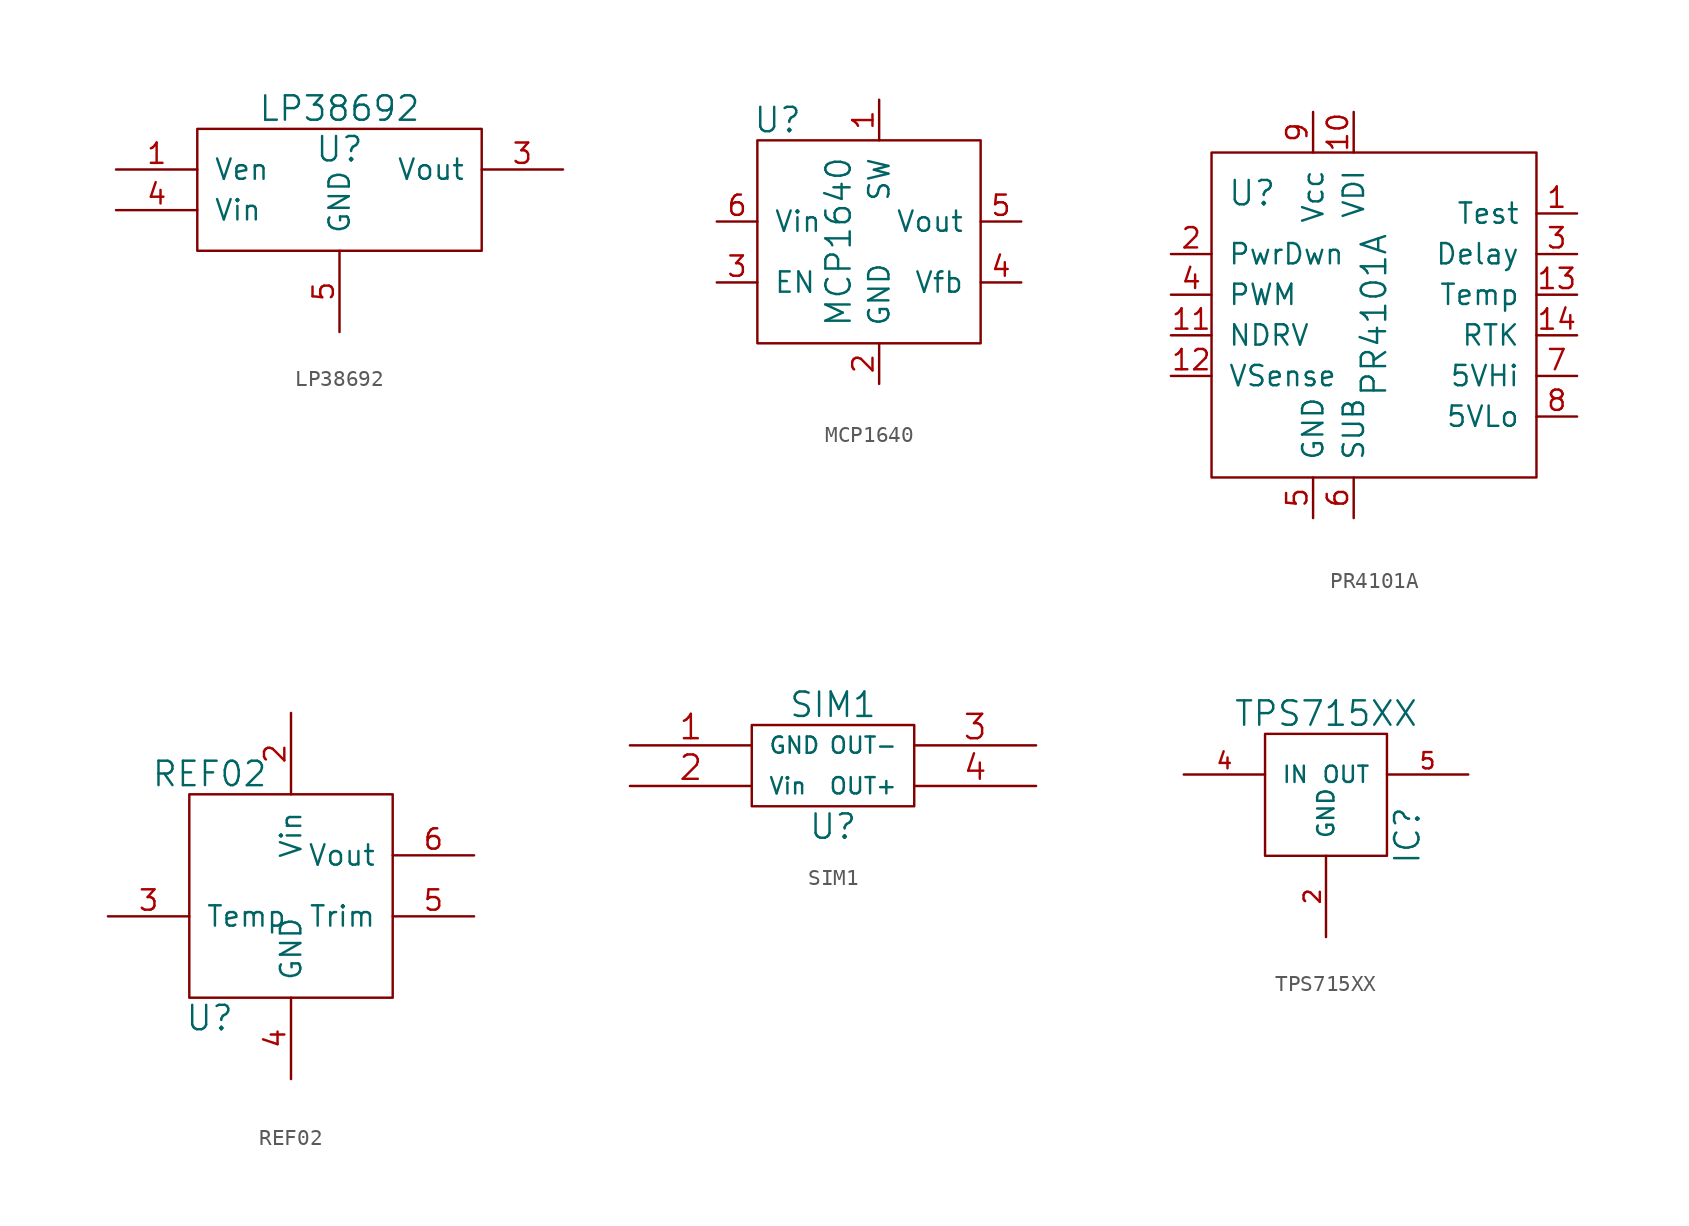
<source format=kicad_sym>
(kicad_symbol_lib
  (version 20220914)
  (generator kicad_symbol_editor)
  (symbol "LP38692"
    (pin_names
      (offset 1.016))
    (property "Reference" "U"
      (at 0 2.54 0)
      (effects (font (size 1.524 1.524))))
    (property "Value" "LP38692"
      (at 0 5.08 0)
      (effects (font (size 1.524 1.524))))
    (symbol "LP38692_0_1"
      (rectangle (start -8.89 3.81) (end 8.89 -3.81) (stroke (width 0) (type solid)) (fill (type none))))
    (symbol "LP38692_1_1"
      (pin input line (at -13.97 1.27 0) (length 5.08) (name "Ven" (effects (font (size 1.27 1.27)))) (number "1" (effects (font (size 1.27 1.27)))))
      (pin power_out line (at 13.97 1.27 180) (length 5.08) (name "Vout" (effects (font (size 1.27 1.27)))) (number "3" (effects (font (size 1.27 1.27)))))
      (pin power_in line (at -13.97 -1.27 0) (length 5.08) (name "Vin" (effects (font (size 1.27 1.27)))) (number "4" (effects (font (size 1.27 1.27)))))
      (pin power_out line (at 0 -8.89 90) (length 5.08) (name "GND" (effects (font (size 1.27 1.27)))) (number "5" (effects (font (size 1.27 1.27)))))))
  (symbol "MCP1640"
    (pin_names
      (offset 1.016))
    (property "Reference" "U"
      (at -5.08 8.89 0)
      (effects (font (size 1.524 1.524))))
    (property "Value" "MCP1640"
      (at -1.27 1.27 90)
      (effects (font (size 1.524 1.524))))
    (symbol "MCP1640_0_1"
      (rectangle (start -6.35 7.62) (end 7.62 -5.08) (stroke (width 0) (type solid)) (fill (type none))))
    (symbol "MCP1640_1_1"
      (pin output line (at 1.27 10.16 270) (length 2.54) (name "SW" (effects (font (size 1.27 1.27)))) (number "1" (effects (font (size 1.27 1.27)))))
      (pin input line (at 1.27 -7.62 90) (length 2.54) (name "GND" (effects (font (size 1.27 1.27)))) (number "2" (effects (font (size 1.27 1.27)))))
      (pin input line (at -8.89 -1.27 0) (length 2.54) (name "EN" (effects (font (size 1.27 1.27)))) (number "3" (effects (font (size 1.27 1.27)))))
      (pin input line (at 10.16 -1.27 180) (length 2.54) (name "Vfb" (effects (font (size 1.27 1.27)))) (number "4" (effects (font (size 1.27 1.27)))))
      (pin input line (at 10.16 2.54 180) (length 2.54) (name "Vout" (effects (font (size 1.27 1.27)))) (number "5" (effects (font (size 1.27 1.27)))))
      (pin input line (at -8.89 2.54 0) (length 2.54) (name "Vin" (effects (font (size 1.27 1.27)))) (number "6" (effects (font (size 1.27 1.27)))))))
  (symbol "PR4101A"
    (pin_names
      (offset 1.016))
    (property "Reference" "U"
      (at -7.62 7.62 0)
      (effects (font (size 1.524 1.524))))
    (property "Value" "PR4101A"
      (at 0 0 90)
      (effects (font (size 1.524 1.524))))
    (symbol "PR4101A_0_1"
      (rectangle (start -10.16 10.16) (end 10.16 -10.16) (stroke (width 0) (type solid)) (fill (type none))))
    (symbol "PR4101A_1_1"
      (pin output line (at 12.7 6.35 180) (length 2.54) (name "Test" (effects (font (size 1.27 1.27)))) (number "1" (effects (font (size 1.27 1.27)))))
      (pin input line (at -1.27 12.7 270) (length 2.54) (name "VDI" (effects (font (size 1.27 1.27)))) (number "10" (effects (font (size 1.27 1.27)))))
      (pin output line (at -12.7 -1.27 0) (length 2.54) (name "NDRV" (effects (font (size 1.27 1.27)))) (number "11" (effects (font (size 1.27 1.27)))))
      (pin input line (at -12.7 -3.81 0) (length 2.54) (name "VSense" (effects (font (size 1.27 1.27)))) (number "12" (effects (font (size 1.27 1.27)))))
      (pin input line (at 12.7 1.27 180) (length 2.54) (name "Temp" (effects (font (size 1.27 1.27)))) (number "13" (effects (font (size 1.27 1.27)))))
      (pin input line (at 12.7 -1.27 180) (length 2.54) (name "RTK" (effects (font (size 1.27 1.27)))) (number "14" (effects (font (size 1.27 1.27)))))
      (pin input line (at -12.7 3.81 0) (length 2.54) (name "PwrDwn" (effects (font (size 1.27 1.27)))) (number "2" (effects (font (size 1.27 1.27)))))
      (pin input line (at 12.7 3.81 180) (length 2.54) (name "Delay" (effects (font (size 1.27 1.27)))) (number "3" (effects (font (size 1.27 1.27)))))
      (pin input line (at -12.7 1.27 0) (length 2.54) (name "PWM" (effects (font (size 1.27 1.27)))) (number "4" (effects (font (size 1.27 1.27)))))
      (pin input line (at -3.81 -12.7 90) (length 2.54) (name "GND" (effects (font (size 1.27 1.27)))) (number "5" (effects (font (size 1.27 1.27)))))
      (pin input line (at -1.27 -12.7 90) (length 2.54) (name "SUB" (effects (font (size 1.27 1.27)))) (number "6" (effects (font (size 1.27 1.27)))))
      (pin output line (at 12.7 -3.81 180) (length 2.54) (name "5VHi" (effects (font (size 1.27 1.27)))) (number "7" (effects (font (size 1.27 1.27)))))
      (pin output line (at 12.7 -6.35 180) (length 2.54) (name "5VLo" (effects (font (size 1.27 1.27)))) (number "8" (effects (font (size 1.27 1.27)))))
      (pin input line (at -3.81 12.7 270) (length 2.54) (name "Vcc" (effects (font (size 1.27 1.27)))) (number "9" (effects (font (size 1.27 1.27)))))))
  (symbol "REF02"
    (pin_names
      (offset 1.016))
    (property "Reference" "U"
      (at -5.08 -6.35 0)
      (effects (font (size 1.524 1.524))))
    (property "Value" "REF02"
      (at -5.08 8.89 0)
      (effects (font (size 1.524 1.524))))
    (symbol "REF02_0_1"
      (rectangle (start -6.35 7.62) (end 6.35 -5.08) (stroke (width 0) (type solid)) (fill (type none))))
    (symbol "REF02_1_1"
      (pin power_in line (at 0 12.7 270) (length 5.08) (name "Vin" (effects (font (size 1.27 1.27)))) (number "2" (effects (font (size 1.27 1.27)))))
      (pin input line (at -11.43 0 0) (length 5.08) (name "Temp" (effects (font (size 1.27 1.27)))) (number "3" (effects (font (size 1.27 1.27)))))
      (pin power_in line (at 0 -10.16 90) (length 5.08) (name "GND" (effects (font (size 1.27 1.27)))) (number "4" (effects (font (size 1.27 1.27)))))
      (pin input line (at 11.43 0 180) (length 5.08) (name "Trim" (effects (font (size 1.27 1.27)))) (number "5" (effects (font (size 1.27 1.27)))))
      (pin power_out line (at 11.43 3.81 180) (length 5.08) (name "Vout" (effects (font (size 1.27 1.27)))) (number "6" (effects (font (size 1.27 1.27)))))))
  (symbol "SIM1"
    (pin_names
      (offset 1.016))
    (property "Reference" "U"
      (at 0 -3.81 0)
      (effects (font (size 1.524 1.524))))
    (property "Value" "SIM1"
      (at 0 3.81 0)
      (effects (font (size 1.524 1.524))))
    (symbol "SIM1_0_1"
      (rectangle (start -5.08 2.54) (end 5.08 -2.54) (stroke (width 0) (type solid)) (fill (type none))))
    (symbol "SIM1_1_1"
      (pin power_in line (at -12.7 1.27 0) (length 7.62) (name "GND" (effects (font (size 1.016 1.016)))) (number "1" (effects (font (size 1.524 1.524)))))
      (pin power_in line (at -12.7 -1.27 0) (length 7.62) (name "Vin" (effects (font (size 1.016 1.016)))) (number "2" (effects (font (size 1.524 1.524)))))
      (pin power_out line (at 12.7 1.27 180) (length 7.62) (name "OUT-" (effects (font (size 1.016 1.016)))) (number "3" (effects (font (size 1.524 1.524)))))
      (pin power_out line (at 12.7 -1.27 180) (length 7.62) (name "OUT+" (effects (font (size 1.016 1.016)))) (number "4" (effects (font (size 1.524 1.524)))))))
  (symbol "TPS715XX"
    (pin_names
      (offset 1.016))
    (property "Reference" "IC"
      (at 5.08 -1.27 90)
      (effects (font (size 1.524 1.524))))
    (property "Value" "TPS715XX"
      (at 0 6.35 0)
      (effects (font (size 1.524 1.524))))
    (symbol "TPS715XX_0_1"
      (rectangle (start -3.81 -2.54) (end 3.81 5.08) (stroke (width 0) (type solid)) (fill (type none))))
    (symbol "TPS715XX_1_1"
      (pin power_in line (at 0 -7.62 90) (length 5.08) (name "GND" (effects (font (size 1.016 1.016)))) (number "2" (effects (font (size 1.016 1.016)))))
      (pin power_in line (at -8.89 2.54 0) (length 5.08) (name "IN" (effects (font (size 1.016 1.016)))) (number "4" (effects (font (size 1.016 1.016)))))
      (pin power_out line (at 8.89 2.54 180) (length 5.08) (name "OUT" (effects (font (size 1.016 1.016)))) (number "5" (effects (font (size 1.016 1.016))))))))
</source>
